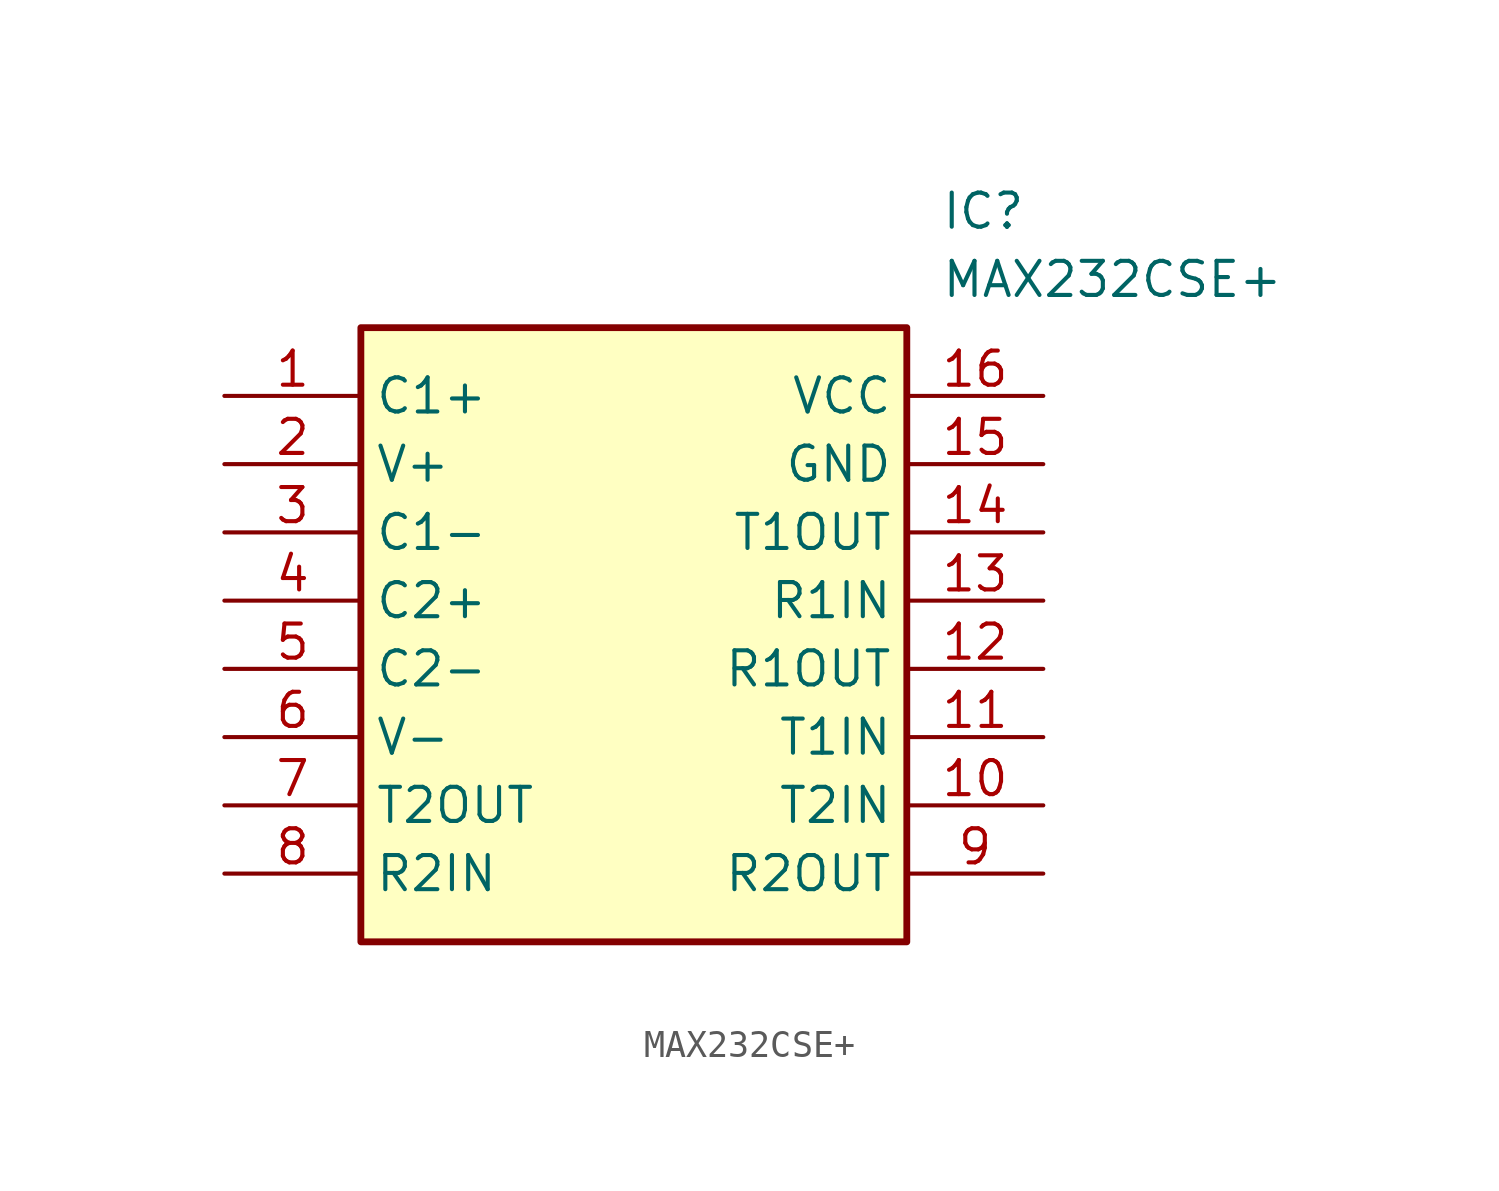
<source format=kicad_sym>
(kicad_symbol_lib
  (version 20211014)
  (generator SamacSys_ECAD_Model)
  (symbol "MAX232CSE+"
    (property "Reference" "IC"
      (at 26.67 7.62 0)
      (effects (font (size 1.27 1.27)) (justify left top)))
    (property "Value" "MAX232CSE+"
      (at 26.67 5.08 0)
      (effects (font (size 1.27 1.27)) (justify left top)))
    (rectangle
      (start 5.08 2.54)
      (end 25.4 -20.32)
      (stroke (width 0.254) (type default))
      (fill (type background)))
    (pin passive line
      (at 0 0 0)
      (length 5.08)
      (name "C1+" (effects (font (size 1.27 1.27))))
      (number "1" (effects (font (size 1.27 1.27)))))
    (pin passive line
      (at 0 -2.54 0)
      (length 5.08)
      (name "V+" (effects (font (size 1.27 1.27))))
      (number "2" (effects (font (size 1.27 1.27)))))
    (pin passive line
      (at 0 -5.08 0)
      (length 5.08)
      (name "C1-" (effects (font (size 1.27 1.27))))
      (number "3" (effects (font (size 1.27 1.27)))))
    (pin passive line
      (at 0 -7.62 0)
      (length 5.08)
      (name "C2+" (effects (font (size 1.27 1.27))))
      (number "4" (effects (font (size 1.27 1.27)))))
    (pin passive line
      (at 0 -10.16 0)
      (length 5.08)
      (name "C2-" (effects (font (size 1.27 1.27))))
      (number "5" (effects (font (size 1.27 1.27)))))
    (pin passive line
      (at 0 -12.7 0)
      (length 5.08)
      (name "V-" (effects (font (size 1.27 1.27))))
      (number "6" (effects (font (size 1.27 1.27)))))
    (pin passive line
      (at 0 -15.24 0)
      (length 5.08)
      (name "T2OUT" (effects (font (size 1.27 1.27))))
      (number "7" (effects (font (size 1.27 1.27)))))
    (pin passive line
      (at 0 -17.78 0)
      (length 5.08)
      (name "R2IN" (effects (font (size 1.27 1.27))))
      (number "8" (effects (font (size 1.27 1.27)))))
    (pin passive line
      (at 30.48 0 180)
      (length 5.08)
      (name "VCC" (effects (font (size 1.27 1.27))))
      (number "16" (effects (font (size 1.27 1.27)))))
    (pin passive line
      (at 30.48 -2.54 180)
      (length 5.08)
      (name "GND" (effects (font (size 1.27 1.27))))
      (number "15" (effects (font (size 1.27 1.27)))))
    (pin passive line
      (at 30.48 -5.08 180)
      (length 5.08)
      (name "T1OUT" (effects (font (size 1.27 1.27))))
      (number "14" (effects (font (size 1.27 1.27)))))
    (pin passive line
      (at 30.48 -7.62 180)
      (length 5.08)
      (name "R1IN" (effects (font (size 1.27 1.27))))
      (number "13" (effects (font (size 1.27 1.27)))))
    (pin passive line
      (at 30.48 -10.16 180)
      (length 5.08)
      (name "R1OUT" (effects (font (size 1.27 1.27))))
      (number "12" (effects (font (size 1.27 1.27)))))
    (pin passive line
      (at 30.48 -12.7 180)
      (length 5.08)
      (name "T1IN" (effects (font (size 1.27 1.27))))
      (number "11" (effects (font (size 1.27 1.27)))))
    (pin passive line
      (at 30.48 -15.24 180)
      (length 5.08)
      (name "T2IN" (effects (font (size 1.27 1.27))))
      (number "10" (effects (font (size 1.27 1.27)))))
    (pin passive line
      (at 30.48 -17.78 180)
      (length 5.08)
      (name "R2OUT" (effects (font (size 1.27 1.27))))
      (number "9" (effects (font (size 1.27 1.27)))))))
</source>
